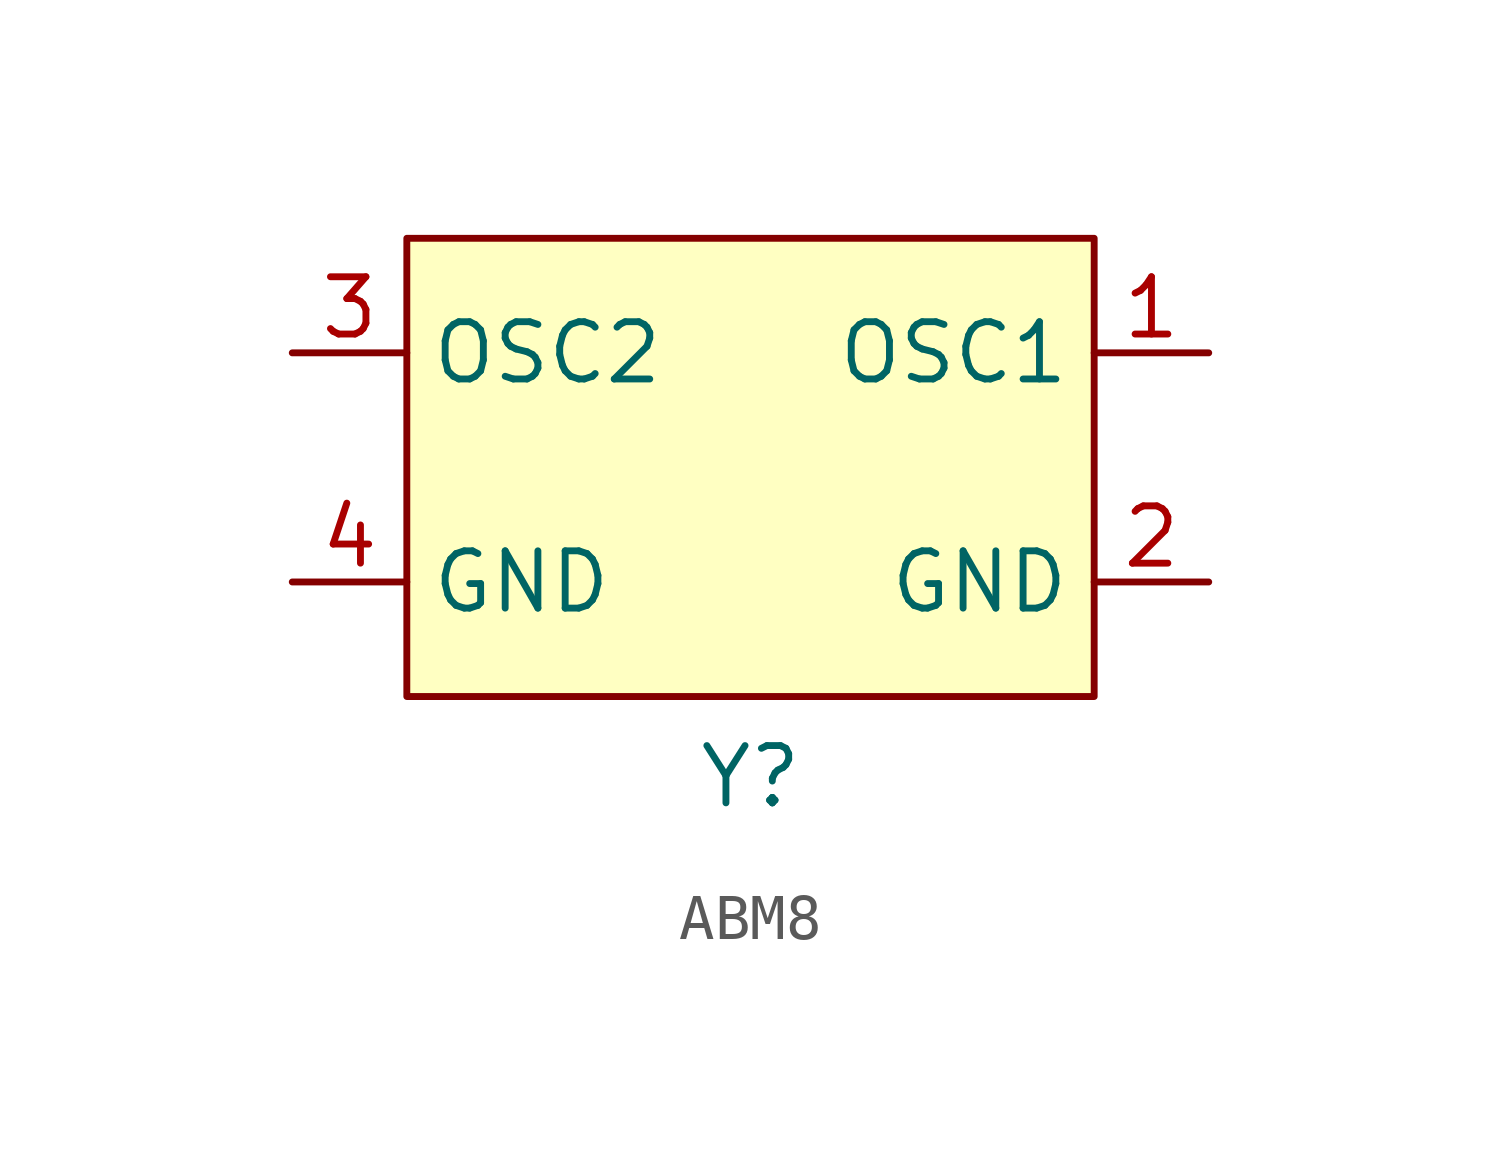
<source format=kicad_sym>
(kicad_symbol_lib
  (version 20241209)
  (generator "kicad_symbol_editor")
  (generator_version "9.0")
  (symbol "ABM8"
    (property "Reference" "Y"
      (at 0 -6.858 0)
      (effects (font (size 1.27 1.27))))
    (property "Value" ""
      (at 0 0 0)
      (effects (font (size 1.27 1.27))))
    (symbol "ABM8_1_1"
      (rectangle (start -7.62 5.08) (end 7.62 -5.08) (stroke (width 0) (type solid)) (fill (type background)))
      (pin input line (at -10.16 2.54 0) (length 2.54) (name "OSC2" (effects (font (size 1.27 1.27)))) (number "3" (effects (font (size 1.27 1.27)))))
      (pin input line (at -10.16 -2.54 0) (length 2.54) (name "GND" (effects (font (size 1.27 1.27)))) (number "4" (effects (font (size 1.27 1.27)))))
      (pin input line (at 10.16 2.54 180) (length 2.54) (name "OSC1" (effects (font (size 1.27 1.27)))) (number "1" (effects (font (size 1.27 1.27)))))
      (pin input line (at 10.16 -2.54 180) (length 2.54) (name "GND" (effects (font (size 1.27 1.27)))) (number "2" (effects (font (size 1.27 1.27))))))))
</source>
